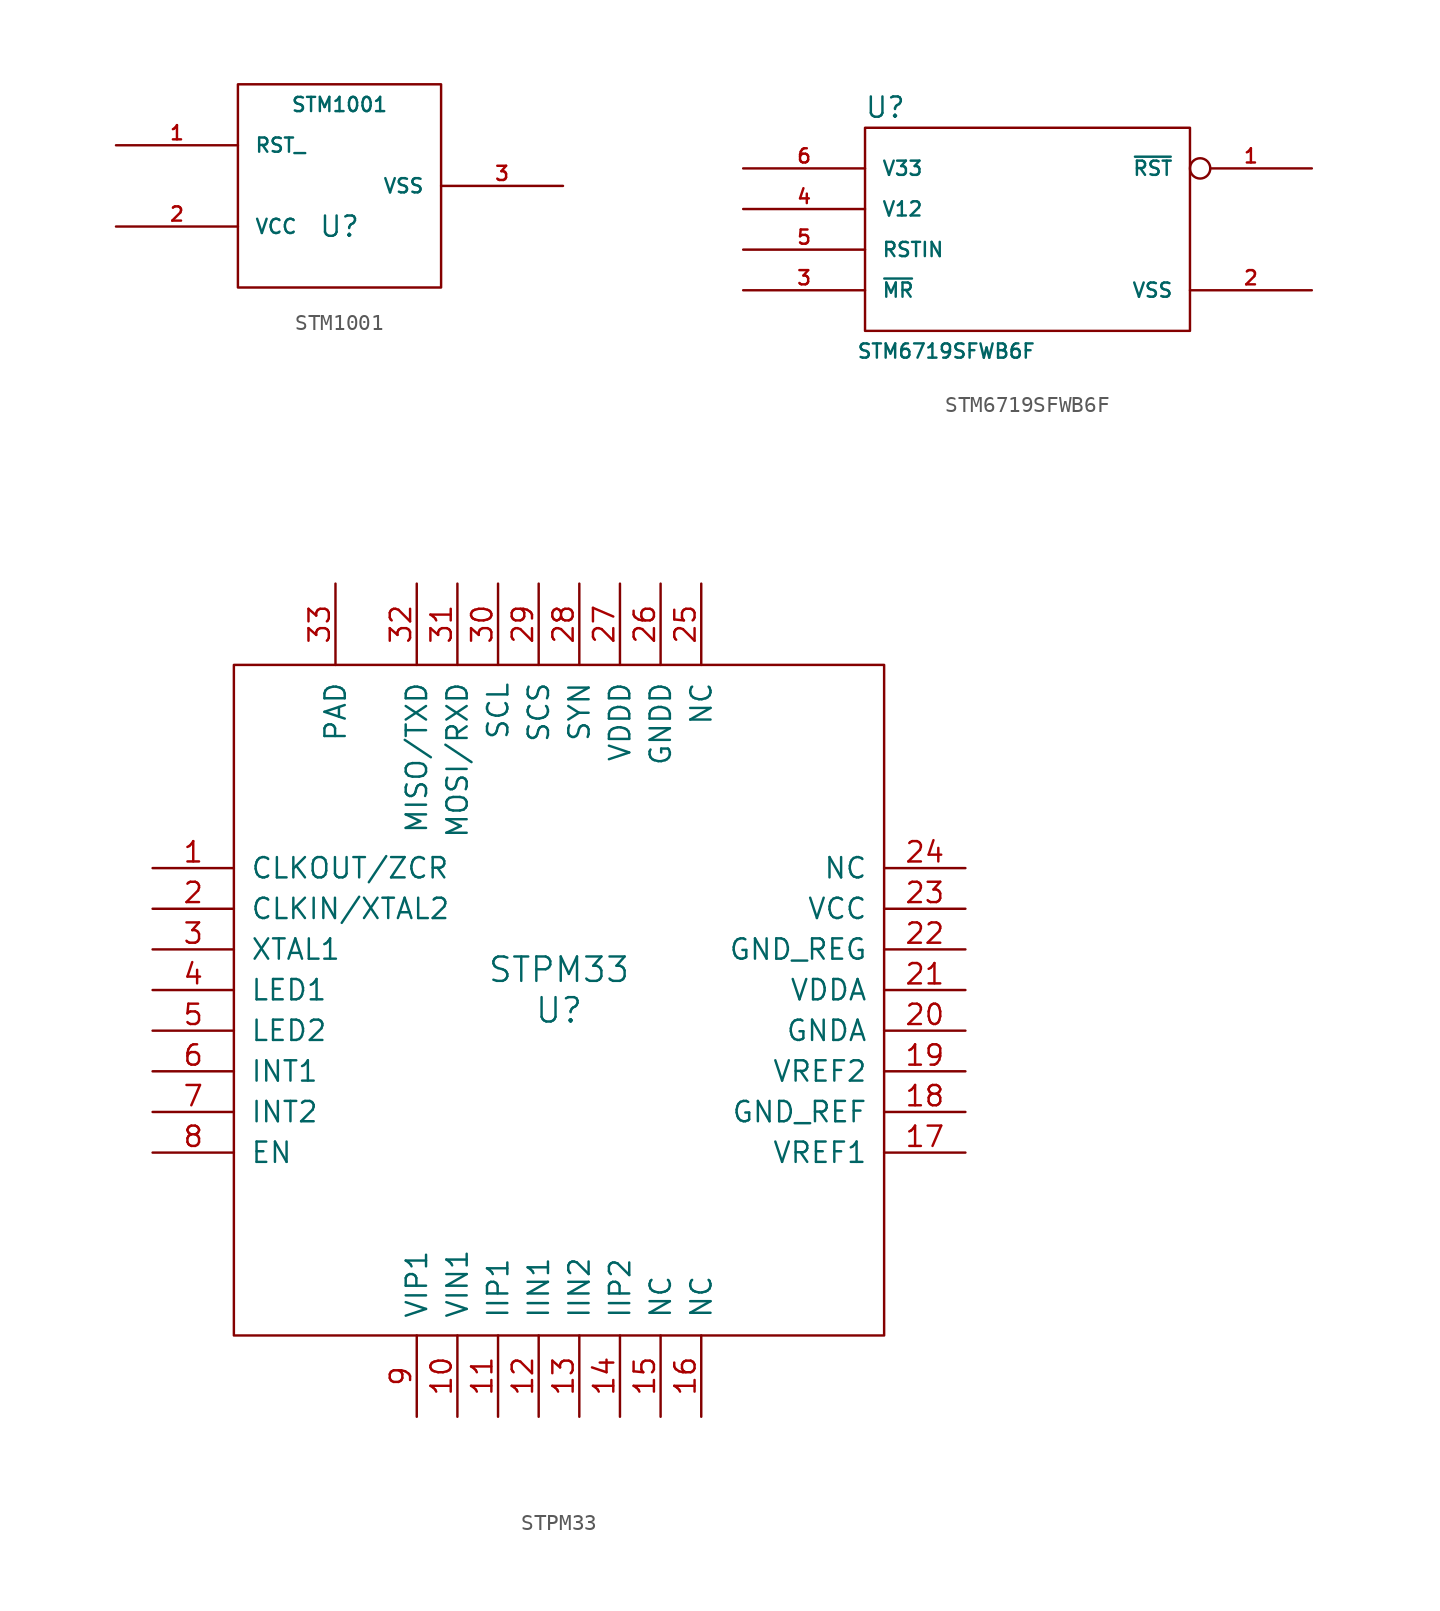
<source format=kicad_sym>
(kicad_symbol_lib
  (version 20211014)
  (generator kicad_symbol_editor)
  (symbol "STM1001"
    (pin_names
      (offset 1.016))
    (property "Reference" "U"
      (at 0 -2.54 0)
      (effects (font (size 1.27 1.27))))
    (property "Value" "STM1001"
      (at 0 5.08 0)
      (effects (font (size 0.889 0.889))))
    (symbol "STM1001_1_0"
      (rectangle (start -6.35 -6.35) (end 6.35 6.35) (stroke (width 0) (type default) (color 0 0 0 0)) (fill (type none))))
    (symbol "STM1001_1_1"
      (pin input line (at -13.97 2.54 0) (length 7.62) (name "RST_" (effects (font (size 0.889 0.889)))) (number "1" (effects (font (size 0.889 0.889)))))
      (pin input line (at -13.97 -2.54 0) (length 7.62) (name "VCC" (effects (font (size 0.889 0.889)))) (number "2" (effects (font (size 0.889 0.889)))))
      (pin input line (at 13.97 0 180) (length 7.62) (name "VSS" (effects (font (size 0.889 0.889)))) (number "3" (effects (font (size 0.889 0.889)))))))
  (symbol "STM6719SFWB6F"
    (pin_names
      (offset 1.016))
    (property "Reference" "U"
      (at -8.89 7.62 0)
      (effects (font (size 1.27 1.27))))
    (property "Value" "STM6719SFWB6F"
      (at -5.08 -7.62 0)
      (effects (font (size 0.889 0.889))))
    (symbol "STM6719SFWB6F_1_0"
      (rectangle (start -10.16 -6.35) (end 10.16 6.35) (stroke (width 0) (type default) (color 0 0 0 0)) (fill (type none))))
    (symbol "STM6719SFWB6F_1_1"
      (pin input inverted (at 17.78 3.81 180) (length 7.62) (name "~{RST}" (effects (font (size 0.889 0.889)))) (number "1" (effects (font (size 0.889 0.889)))))
      (pin input line (at 17.78 -3.81 180) (length 7.62) (name "VSS" (effects (font (size 0.889 0.889)))) (number "2" (effects (font (size 0.889 0.889)))))
      (pin input line (at -17.78 -3.81 0) (length 7.62) (name "~{MR}" (effects (font (size 0.889 0.889)))) (number "3" (effects (font (size 0.889 0.889)))))
      (pin input line (at -17.78 1.27 0) (length 7.62) (name "V12" (effects (font (size 0.889 0.889)))) (number "4" (effects (font (size 0.889 0.889)))))
      (pin input line (at -17.78 -1.27 0) (length 7.62) (name "RSTIN" (effects (font (size 0.889 0.889)))) (number "5" (effects (font (size 0.889 0.889)))))
      (pin input line (at -17.78 3.81 0) (length 7.62) (name "V33" (effects (font (size 0.889 0.889)))) (number "6" (effects (font (size 0.889 0.889)))))))
  (symbol "STPM33"
    (pin_names
      (offset 1.016))
    (property "Reference" "U"
      (at 0 0 0)
      (effects (font (size 1.524 1.524))))
    (property "Value" "STPM33"
      (at 0 2.54 0)
      (effects (font (size 1.524 1.524))))
    (symbol "STPM33_0_0"
      (rectangle (start -20.32 21.59) (end 20.32 -20.32) (stroke (width 0) (type default) (color 0 0 0 0)) (fill (type none))))
    (symbol "STPM33_1_1"
      (pin input line (at -25.4 8.89 0) (length 5.08) (name "CLKOUT/ZCR" (effects (font (size 1.27 1.27)))) (number "1" (effects (font (size 1.27 1.27)))))
      (pin input line (at -6.35 -25.4 90) (length 5.08) (name "VIN1" (effects (font (size 1.27 1.27)))) (number "10" (effects (font (size 1.27 1.27)))))
      (pin input line (at -3.81 -25.4 90) (length 5.08) (name "IIP1" (effects (font (size 1.27 1.27)))) (number "11" (effects (font (size 1.27 1.27)))))
      (pin input line (at -1.27 -25.4 90) (length 5.08) (name "IIN1" (effects (font (size 1.27 1.27)))) (number "12" (effects (font (size 1.27 1.27)))))
      (pin input line (at 1.27 -25.4 90) (length 5.08) (name "IIN2" (effects (font (size 1.27 1.27)))) (number "13" (effects (font (size 1.27 1.27)))))
      (pin input line (at 3.81 -25.4 90) (length 5.08) (name "IIP2" (effects (font (size 1.27 1.27)))) (number "14" (effects (font (size 1.27 1.27)))))
      (pin input line (at 6.35 -25.4 90) (length 5.08) (name "NC" (effects (font (size 1.27 1.27)))) (number "15" (effects (font (size 1.27 1.27)))))
      (pin input line (at 8.89 -25.4 90) (length 5.08) (name "NC" (effects (font (size 1.27 1.27)))) (number "16" (effects (font (size 1.27 1.27)))))
      (pin input line (at 25.4 -8.89 180) (length 5.08) (name "VREF1" (effects (font (size 1.27 1.27)))) (number "17" (effects (font (size 1.27 1.27)))))
      (pin input line (at 25.4 -6.35 180) (length 5.08) (name "GND_REF" (effects (font (size 1.27 1.27)))) (number "18" (effects (font (size 1.27 1.27)))))
      (pin input line (at 25.4 -3.81 180) (length 5.08) (name "VREF2" (effects (font (size 1.27 1.27)))) (number "19" (effects (font (size 1.27 1.27)))))
      (pin input line (at -25.4 6.35 0) (length 5.08) (name "CLKIN/XTAL2" (effects (font (size 1.27 1.27)))) (number "2" (effects (font (size 1.27 1.27)))))
      (pin input line (at 25.4 -1.27 180) (length 5.08) (name "GNDA" (effects (font (size 1.27 1.27)))) (number "20" (effects (font (size 1.27 1.27)))))
      (pin input line (at 25.4 1.27 180) (length 5.08) (name "VDDA" (effects (font (size 1.27 1.27)))) (number "21" (effects (font (size 1.27 1.27)))))
      (pin input line (at 25.4 3.81 180) (length 5.08) (name "GND_REG" (effects (font (size 1.27 1.27)))) (number "22" (effects (font (size 1.27 1.27)))))
      (pin input line (at 25.4 6.35 180) (length 5.08) (name "VCC" (effects (font (size 1.27 1.27)))) (number "23" (effects (font (size 1.27 1.27)))))
      (pin input line (at 25.4 8.89 180) (length 5.08) (name "NC" (effects (font (size 1.27 1.27)))) (number "24" (effects (font (size 1.27 1.27)))))
      (pin input line (at 8.89 26.67 270) (length 5.08) (name "NC" (effects (font (size 1.27 1.27)))) (number "25" (effects (font (size 1.27 1.27)))))
      (pin input line (at 6.35 26.67 270) (length 5.08) (name "GNDD" (effects (font (size 1.27 1.27)))) (number "26" (effects (font (size 1.27 1.27)))))
      (pin input line (at 3.81 26.67 270) (length 5.08) (name "VDDD" (effects (font (size 1.27 1.27)))) (number "27" (effects (font (size 1.27 1.27)))))
      (pin input line (at 1.27 26.67 270) (length 5.08) (name "SYN" (effects (font (size 1.27 1.27)))) (number "28" (effects (font (size 1.27 1.27)))))
      (pin input line (at -1.27 26.67 270) (length 5.08) (name "SCS" (effects (font (size 1.27 1.27)))) (number "29" (effects (font (size 1.27 1.27)))))
      (pin input line (at -25.4 3.81 0) (length 5.08) (name "XTAL1" (effects (font (size 1.27 1.27)))) (number "3" (effects (font (size 1.27 1.27)))))
      (pin input line (at -3.81 26.67 270) (length 5.08) (name "SCL" (effects (font (size 1.27 1.27)))) (number "30" (effects (font (size 1.27 1.27)))))
      (pin input line (at -6.35 26.67 270) (length 5.08) (name "MOSI/RXD" (effects (font (size 1.27 1.27)))) (number "31" (effects (font (size 1.27 1.27)))))
      (pin input line (at -8.89 26.67 270) (length 5.08) (name "MISO/TXD" (effects (font (size 1.27 1.27)))) (number "32" (effects (font (size 1.27 1.27)))))
      (pin input line (at -13.97 26.67 270) (length 5.08) (name "PAD" (effects (font (size 1.27 1.27)))) (number "33" (effects (font (size 1.27 1.27)))))
      (pin input line (at -25.4 1.27 0) (length 5.08) (name "LED1" (effects (font (size 1.27 1.27)))) (number "4" (effects (font (size 1.27 1.27)))))
      (pin input line (at -25.4 -1.27 0) (length 5.08) (name "LED2" (effects (font (size 1.27 1.27)))) (number "5" (effects (font (size 1.27 1.27)))))
      (pin input line (at -25.4 -3.81 0) (length 5.08) (name "INT1" (effects (font (size 1.27 1.27)))) (number "6" (effects (font (size 1.27 1.27)))))
      (pin input line (at -25.4 -6.35 0) (length 5.08) (name "INT2" (effects (font (size 1.27 1.27)))) (number "7" (effects (font (size 1.27 1.27)))))
      (pin input line (at -25.4 -8.89 0) (length 5.08) (name "EN" (effects (font (size 1.27 1.27)))) (number "8" (effects (font (size 1.27 1.27)))))
      (pin input line (at -8.89 -25.4 90) (length 5.08) (name "VIP1" (effects (font (size 1.27 1.27)))) (number "9" (effects (font (size 1.27 1.27))))))))
</source>
